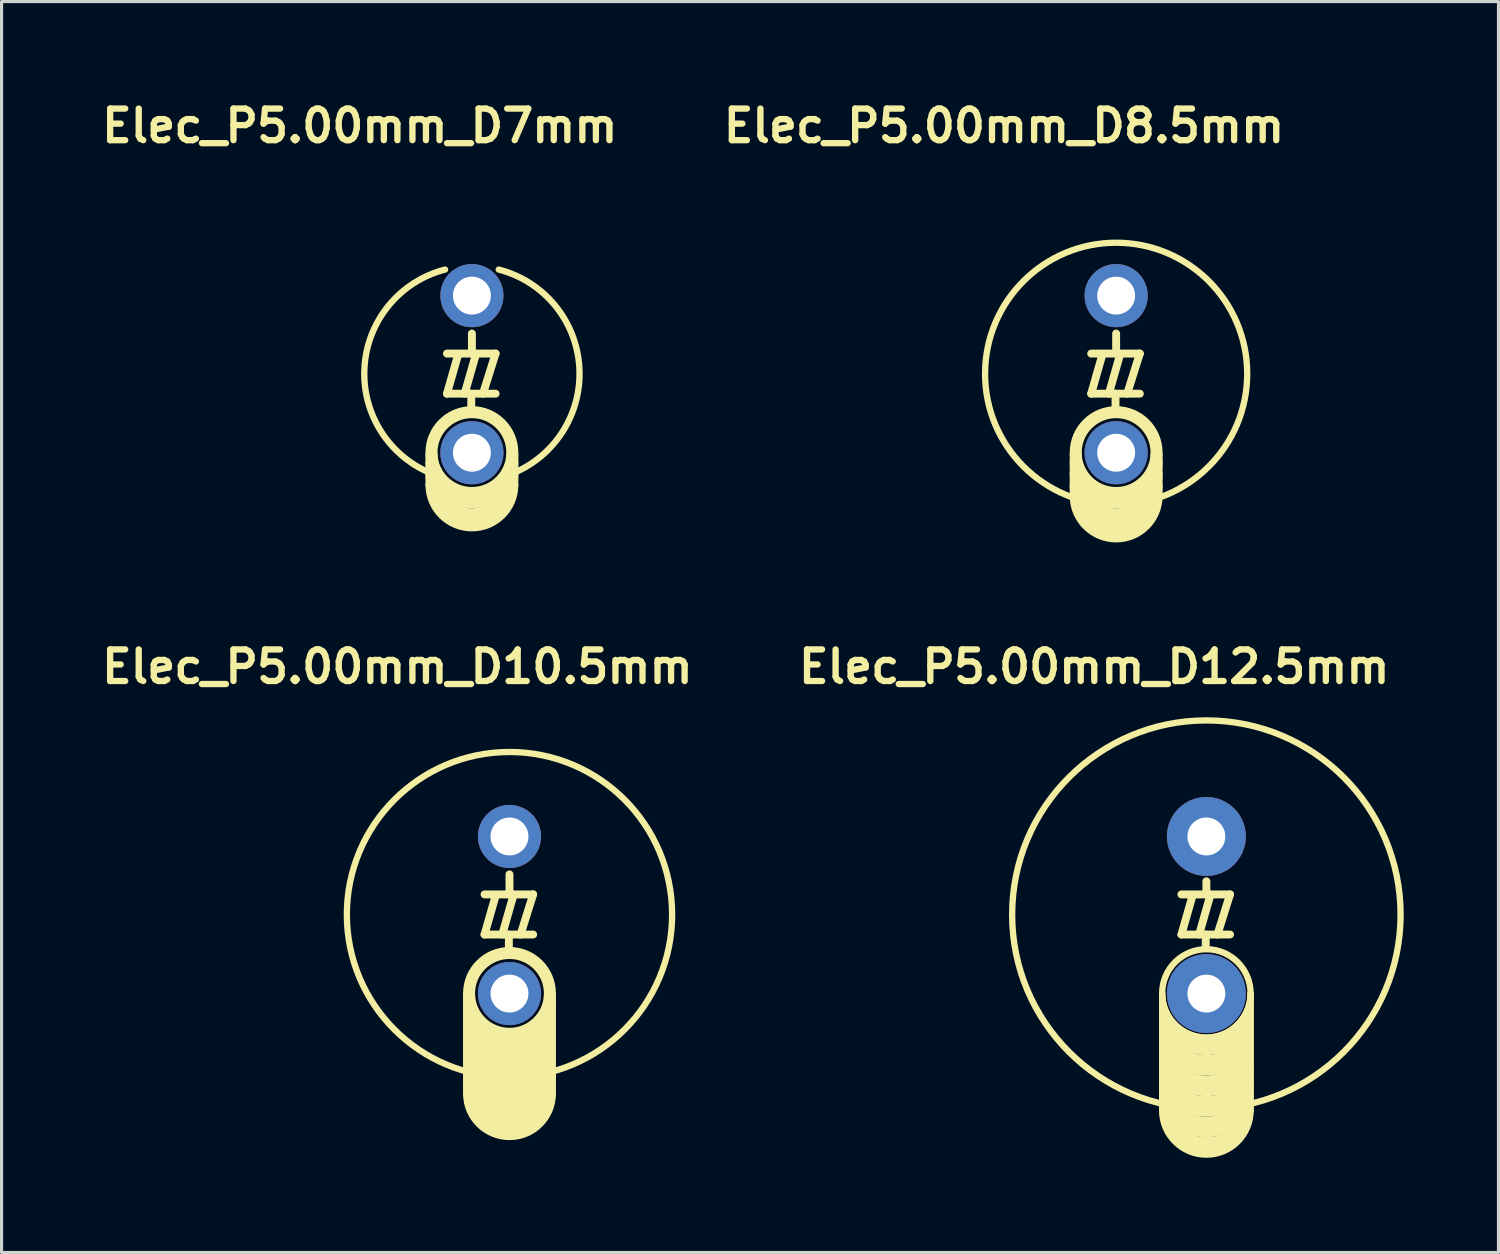
<source format=kicad_pcb>
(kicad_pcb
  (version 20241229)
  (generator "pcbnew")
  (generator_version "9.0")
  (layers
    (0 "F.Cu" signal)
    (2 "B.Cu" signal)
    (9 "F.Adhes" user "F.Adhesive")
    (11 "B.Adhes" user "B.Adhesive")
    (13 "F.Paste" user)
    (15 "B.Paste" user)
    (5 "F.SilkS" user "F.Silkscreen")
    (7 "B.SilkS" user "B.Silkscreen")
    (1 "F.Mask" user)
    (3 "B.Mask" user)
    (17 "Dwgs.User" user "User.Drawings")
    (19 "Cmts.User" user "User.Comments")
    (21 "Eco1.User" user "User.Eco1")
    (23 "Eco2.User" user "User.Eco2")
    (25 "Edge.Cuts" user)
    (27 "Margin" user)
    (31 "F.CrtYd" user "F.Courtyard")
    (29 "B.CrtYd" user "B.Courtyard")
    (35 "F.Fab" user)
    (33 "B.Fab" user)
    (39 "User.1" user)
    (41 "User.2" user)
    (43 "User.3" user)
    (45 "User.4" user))
  (footprint "Elec_P5.00mm_D12.5mm"
    (layer "F.Cu")
    (at 35.15 25.912)
    (property "Reference" "Elec_P5.00mm_D12.5mm" (at -3.55 -7.85 0) (layer "F.SilkS") (effects (font (size 1 1) (thickness 0.2))))
    (attr through_hole)
    (fp_line (start -1.4 2.495) (end -1.4 6.2) (stroke (width 0.2) (type solid)) (layer "F.SilkS"))
    (fp_line (start -0.79 -0.64) (end 0.75 -0.64) (stroke (width 0.25) (type default)) (layer "F.SilkS"))
    (fp_line (start -0.79 0.63) (end -0.43 -0.63) (stroke (width 0.25) (type default)) (layer "F.SilkS"))
    (fp_line (start -0.79 0.63) (end 0.75 0.63) (stroke (width 0.25) (type default)) (layer "F.SilkS"))
    (fp_line (start -0.23 0.63) (end 0.13 -0.63) (stroke (width 0.25) (type default)) (layer "F.SilkS"))
    (fp_line (start -0.02 0.63) (end -0.02 1.016) (stroke (width 0.25) (type default)) (layer "F.SilkS"))
    (fp_line (start 0 -0.64) (end 0 -1.056) (stroke (width 0.25) (type default)) (layer "F.SilkS"))
    (fp_line (start 0.75 -0.64) (end 0.35 0.63) (stroke (width 0.25) (type default)) (layer "F.SilkS"))
    (fp_line (start 1.4 2.495) (end 1.4 6.2) (stroke (width 0.2) (type solid)) (layer "F.SilkS"))
    (fp_arc (start 1.4 2.495) (mid 0 3.895) (end -1.4 2.495) (stroke (width 0.2) (type default)) (layer "F.SilkS"))
    (fp_arc (start 1.4 2.65) (mid 0 4.05) (end -1.4 2.65) (stroke (width 0.2) (type default)) (layer "F.SilkS"))
    (fp_arc (start 1.4 2.8) (mid 0 4.2) (end -1.4 2.8) (stroke (width 0.2) (type default)) (layer "F.SilkS"))
    (fp_arc (start 1.4 2.95) (mid 0 4.35) (end -1.4 2.95) (stroke (width 0.2) (type default)) (layer "F.SilkS"))
    (fp_arc (start 1.4 3.145) (mid 0 4.545) (end -1.4 3.145) (stroke (width 0.2) (type default)) (layer "F.SilkS"))
    (fp_arc (start 1.4 3.3) (mid 0 4.7) (end -1.4 3.3) (stroke (width 0.2) (type default)) (layer "F.SilkS"))
    (fp_arc (start 1.4 3.45) (mid 0 4.85) (end -1.4 3.45) (stroke (width 0.2) (type default)) (layer "F.SilkS"))
    (fp_arc (start 1.4 3.6) (mid 0 5) (end -1.4 3.6) (stroke (width 0.2) (type default)) (layer "F.SilkS"))
    (fp_arc (start 1.4 3.795) (mid 0 5.195) (end -1.4 3.795) (stroke (width 0.2) (type default)) (layer "F.SilkS"))
    (fp_arc (start 1.4 3.95) (mid 0 5.35) (end -1.4 3.95) (stroke (width 0.2) (type default)) (layer "F.SilkS"))
    (fp_arc (start 1.4 4.1) (mid 0 5.5) (end -1.4 4.1) (stroke (width 0.2) (type default)) (layer "F.SilkS"))
    (fp_arc (start 1.4 4.25) (mid 0 5.65) (end -1.4 4.25) (stroke (width 0.2) (type default)) (layer "F.SilkS"))
    (fp_arc (start 1.4 4.445) (mid 0 5.845) (end -1.4 4.445) (stroke (width 0.2) (type default)) (layer "F.SilkS"))
    (fp_arc (start 1.4 4.6) (mid 0 6) (end -1.4 4.6) (stroke (width 0.2) (type default)) (layer "F.SilkS"))
    (fp_arc (start 1.4 4.75) (mid 0 6.15) (end -1.4 4.75) (stroke (width 0.2) (type default)) (layer "F.SilkS"))
    (fp_arc (start 1.4 4.9) (mid 0 6.3) (end -1.4 4.9) (stroke (width 0.2) (type default)) (layer "F.SilkS"))
    (fp_arc (start 1.4 5.095) (mid 0 6.495) (end -1.4 5.095) (stroke (width 0.2) (type default)) (layer "F.SilkS"))
    (fp_arc (start 1.4 5.25) (mid 0 6.65) (end -1.4 5.25) (stroke (width 0.2) (type default)) (layer "F.SilkS"))
    (fp_arc (start 1.4 5.4) (mid 0 6.8) (end -1.4 5.4) (stroke (width 0.2) (type default)) (layer "F.SilkS"))
    (fp_arc (start 1.4 5.55) (mid 0 6.95) (end -1.4 5.55) (stroke (width 0.2) (type default)) (layer "F.SilkS"))
    (fp_arc (start 1.4 5.745) (mid 0 7.145) (end -1.4 5.745) (stroke (width 0.2) (type default)) (layer "F.SilkS"))
    (fp_arc (start 1.4 5.9) (mid 0 7.3) (end -1.4 5.9) (stroke (width 0.2) (type default)) (layer "F.SilkS"))
    (fp_arc (start 1.4 6.05) (mid 0 7.45) (end -1.4 6.05) (stroke (width 0.2) (type default)) (layer "F.SilkS"))
    (fp_arc (start 1.4 6.2) (mid 0 7.6) (end -1.4 6.2) (stroke (width 0.2) (type default)) (layer "F.SilkS"))
    (fp_circle (center 0 0) (end 6.15 0) (stroke (width 0.2) (type default)) (fill no) (layer "F.SilkS"))
    (fp_circle (center 0 2.495) (end 1.4 2.495) (stroke (width 0.2) (type solid)) (fill no) (layer "F.SilkS"))
    (pad "1" thru_hole circle (at 0 -2.475) (size 2.5 2.5) (drill 1.2) (layers "*.Cu" "*.Mask"))
    (pad "2" thru_hole circle (at 0 2.5) (size 2.5 2.5) (drill 1.2) (layers "*.Cu" "*.Mask")))
  (footprint "Elec_P5.00mm_D10.5mm"
    (layer "F.Cu")
    (at 13.083 25.912)
    (property "Reference" "Elec_P5.00mm_D10.5mm" (at -3.55 -7.85 0) (layer "F.SilkS") (effects (font (size 1 1) (thickness 0.2))))
    (attr through_hole)
    (fp_line (start -1.28 2.55) (end -1.28 5.67) (stroke (width 0.38) (type solid)) (layer "F.SilkS"))
    (fp_line (start -0.79 -0.64) (end 0.75 -0.64) (stroke (width 0.25) (type default)) (layer "F.SilkS"))
    (fp_line (start -0.79 0.63) (end -0.43 -0.63) (stroke (width 0.25) (type default)) (layer "F.SilkS"))
    (fp_line (start -0.79 0.63) (end 0.75 0.63) (stroke (width 0.25) (type default)) (layer "F.SilkS"))
    (fp_line (start -0.23 0.63) (end 0.13 -0.63) (stroke (width 0.25) (type default)) (layer "F.SilkS"))
    (fp_line (start -0.02 0.63) (end -0.02 1.136) (stroke (width 0.25) (type default)) (layer "F.SilkS"))
    (fp_line (start 0 -0.642) (end 0 -1.275) (stroke (width 0.25) (type default)) (layer "F.SilkS"))
    (fp_line (start 0.75 -0.64) (end 0.35 0.63) (stroke (width 0.25) (type default)) (layer "F.SilkS"))
    (fp_line (start 1.28 2.55) (end 1.28 5.67) (stroke (width 0.38) (type solid)) (layer "F.SilkS"))
    (fp_arc (start 1.28 2.795) (mid 0 4.075) (end -1.28 2.795) (stroke (width 0.38) (type solid)) (layer "F.SilkS"))
    (fp_arc (start 1.28 2.99) (mid 0 4.27) (end -1.28 2.99) (stroke (width 0.38) (type solid)) (layer "F.SilkS"))
    (fp_arc (start 1.28 3.34) (mid 0 4.62) (end -1.28 3.34) (stroke (width 0.38) (type solid)) (layer "F.SilkS"))
    (fp_arc (start 1.28 3.62) (mid 0 4.9) (end -1.28 3.62) (stroke (width 0.38) (type solid)) (layer "F.SilkS"))
    (fp_arc (start 1.28 3.97) (mid 0 5.25) (end -1.28 3.97) (stroke (width 0.38) (type solid)) (layer "F.SilkS"))
    (fp_arc (start 1.28 4.27) (mid 0 5.55) (end -1.28 4.27) (stroke (width 0.38) (type solid)) (layer "F.SilkS"))
    (fp_arc (start 1.28 4.62) (mid 0 5.9) (end -1.28 4.62) (stroke (width 0.38) (type solid)) (layer "F.SilkS"))
    (fp_arc (start 1.28 4.97) (mid 0 6.25) (end -1.28 4.97) (stroke (width 0.38) (type solid)) (layer "F.SilkS"))
    (fp_arc (start 1.28 5.32) (mid 0 6.6) (end -1.28 5.32) (stroke (width 0.38) (type solid)) (layer "F.SilkS"))
    (fp_arc (start 1.28 5.67) (mid 0 6.95) (end -1.28 5.67) (stroke (width 0.38) (type solid)) (layer "F.SilkS"))
    (fp_circle (center 0 0) (end 5.15 0) (stroke (width 0.2) (type default)) (fill no) (layer "F.SilkS"))
    (fp_circle (center 0 2.495) (end 1.28 2.495) (stroke (width 0.38) (type solid)) (fill no) (layer "F.SilkS"))
    (pad "1" thru_hole circle (at 0 -2.475) (size 2 2) (drill 1.2) (layers "*.Cu" "*.Mask"))
    (pad "2" thru_hole circle (at 0 2.5) (size 2 2) (drill 1.2) (layers "*.Cu" "*.Mask")))
  (footprint "Elec_P5.00mm_D8.5mm"
    (layer "F.Cu")
    (at 32.293 8.786)
    (property "Reference" "Elec_P5.00mm_D8.5mm" (at -3.55 -7.85 0) (layer "F.SilkS") (effects (font (size 1 1) (thickness 0.2))))
    (attr through_hole)
    (fp_line (start -1.28 2.55) (end -1.28 3.87) (stroke (width 0.38) (type solid)) (layer "F.SilkS"))
    (fp_line (start -0.79 -0.64) (end 0.75 -0.64) (stroke (width 0.25) (type default)) (layer "F.SilkS"))
    (fp_line (start -0.79 0.63) (end -0.43 -0.63) (stroke (width 0.25) (type default)) (layer "F.SilkS"))
    (fp_line (start -0.79 0.63) (end 0.75 0.63) (stroke (width 0.25) (type default)) (layer "F.SilkS"))
    (fp_line (start -0.23 0.63) (end 0.13 -0.63) (stroke (width 0.25) (type default)) (layer "F.SilkS"))
    (fp_line (start -0.02 0.63) (end -0.02 1.136) (stroke (width 0.25) (type default)) (layer "F.SilkS"))
    (fp_line (start 0 -0.642) (end 0 -1.275) (stroke (width 0.25) (type default)) (layer "F.SilkS"))
    (fp_line (start 0.75 -0.64) (end 0.35 0.63) (stroke (width 0.25) (type default)) (layer "F.SilkS"))
    (fp_line (start 1.28 2.55) (end 1.28 3.87) (stroke (width 0.38) (type solid)) (layer "F.SilkS"))
    (fp_arc (start 1.28 2.795) (mid 0 4.075) (end -1.28 2.795) (stroke (width 0.38) (type solid)) (layer "F.SilkS"))
    (fp_arc (start 1.28 3.17) (mid 0 4.45) (end -1.28 3.17) (stroke (width 0.38) (type solid)) (layer "F.SilkS"))
    (fp_arc (start 1.28 3.52) (mid 0 4.8) (end -1.28 3.52) (stroke (width 0.38) (type solid)) (layer "F.SilkS"))
    (fp_arc (start 1.28 3.87) (mid 0 5.15) (end -1.28 3.87) (stroke (width 0.38) (type solid)) (layer "F.SilkS"))
    (fp_circle (center 0 0) (end 4.15 0) (stroke (width 0.2) (type default)) (fill no) (layer "F.SilkS"))
    (fp_circle (center 0 2.495) (end 1.28 2.495) (stroke (width 0.38) (type solid)) (fill no) (layer "F.SilkS"))
    (pad "1" thru_hole circle (at 0 -2.475) (size 2 2) (drill 1.2) (layers "*.Cu" "*.Mask"))
    (pad "2" thru_hole circle (at 0 2.5) (size 2 2) (drill 1.2) (layers "*.Cu" "*.Mask")))
  (footprint "Elec_P5.00mm_D7mm"
    (layer "F.Cu")
    (at 11.893 8.786)
    (property "Reference" "Elec_P5.00mm_D7mm" (at -3.55 -7.85 0) (layer "F.SilkS") (effects (font (size 1 1) (thickness 0.2))))
    (attr through_hole)
    (fp_line (start -1.28 2.55) (end -1.28 3.52) (stroke (width 0.38) (type solid)) (layer "F.SilkS"))
    (fp_line (start -0.79 -0.64) (end 0.75 -0.64) (stroke (width 0.25) (type default)) (layer "F.SilkS"))
    (fp_line (start -0.79 0.63) (end -0.43 -0.63) (stroke (width 0.25) (type default)) (layer "F.SilkS"))
    (fp_line (start -0.79 0.63) (end 0.75 0.63) (stroke (width 0.25) (type default)) (layer "F.SilkS"))
    (fp_line (start -0.23 0.63) (end 0.13 -0.63) (stroke (width 0.25) (type default)) (layer "F.SilkS"))
    (fp_line (start -0.02 0.63) (end -0.02 1.136) (stroke (width 0.25) (type default)) (layer "F.SilkS"))
    (fp_line (start 0 -0.642) (end 0 -1.275) (stroke (width 0.25) (type default)) (layer "F.SilkS"))
    (fp_line (start 0.75 -0.64) (end 0.35 0.63) (stroke (width 0.25) (type default)) (layer "F.SilkS"))
    (fp_line (start 1.28 2.55) (end 1.28 3.52) (stroke (width 0.38) (type solid)) (layer "F.SilkS"))
    (fp_arc (start -1.213129 3.184464) (mid -3.402381 -0.190533) (end -0.85 -3.299999) (stroke (width 0.2) (type default)) (layer "F.SilkS"))
    (fp_arc (start 0.85 -3.299999) (mid 3.402379 -0.190533) (end 1.213129 3.184464) (stroke (width 0.2) (type default)) (layer "F.SilkS"))
    (fp_arc (start 1.28 2.795) (mid 0 4.075) (end -1.28 2.795) (stroke (width 0.38) (type solid)) (layer "F.SilkS"))
    (fp_arc (start 1.28 3.17) (mid 0 4.45) (end -1.28 3.17) (stroke (width 0.38) (type solid)) (layer "F.SilkS"))
    (fp_arc (start 1.28 3.52) (mid 0 4.8) (end -1.28 3.52) (stroke (width 0.38) (type solid)) (layer "F.SilkS"))
    (fp_circle (center 0 2.495) (end 1.28 2.495) (stroke (width 0.38) (type solid)) (fill no) (layer "F.SilkS"))
    (pad "1" thru_hole circle (at 0 -2.475) (size 2 2) (drill 1.2) (layers "*.Cu" "*.Mask"))
    (pad "2" thru_hole circle (at 0 2.5) (size 2 2) (drill 1.2) (layers "*.Cu" "*.Mask")))
  (gr_rect
    (start -3 -3)
    (end 44.4 36.612)
    (stroke (width 0.1) (type default))
    (fill no)
    (layer "Edge.Cuts")))
</source>
